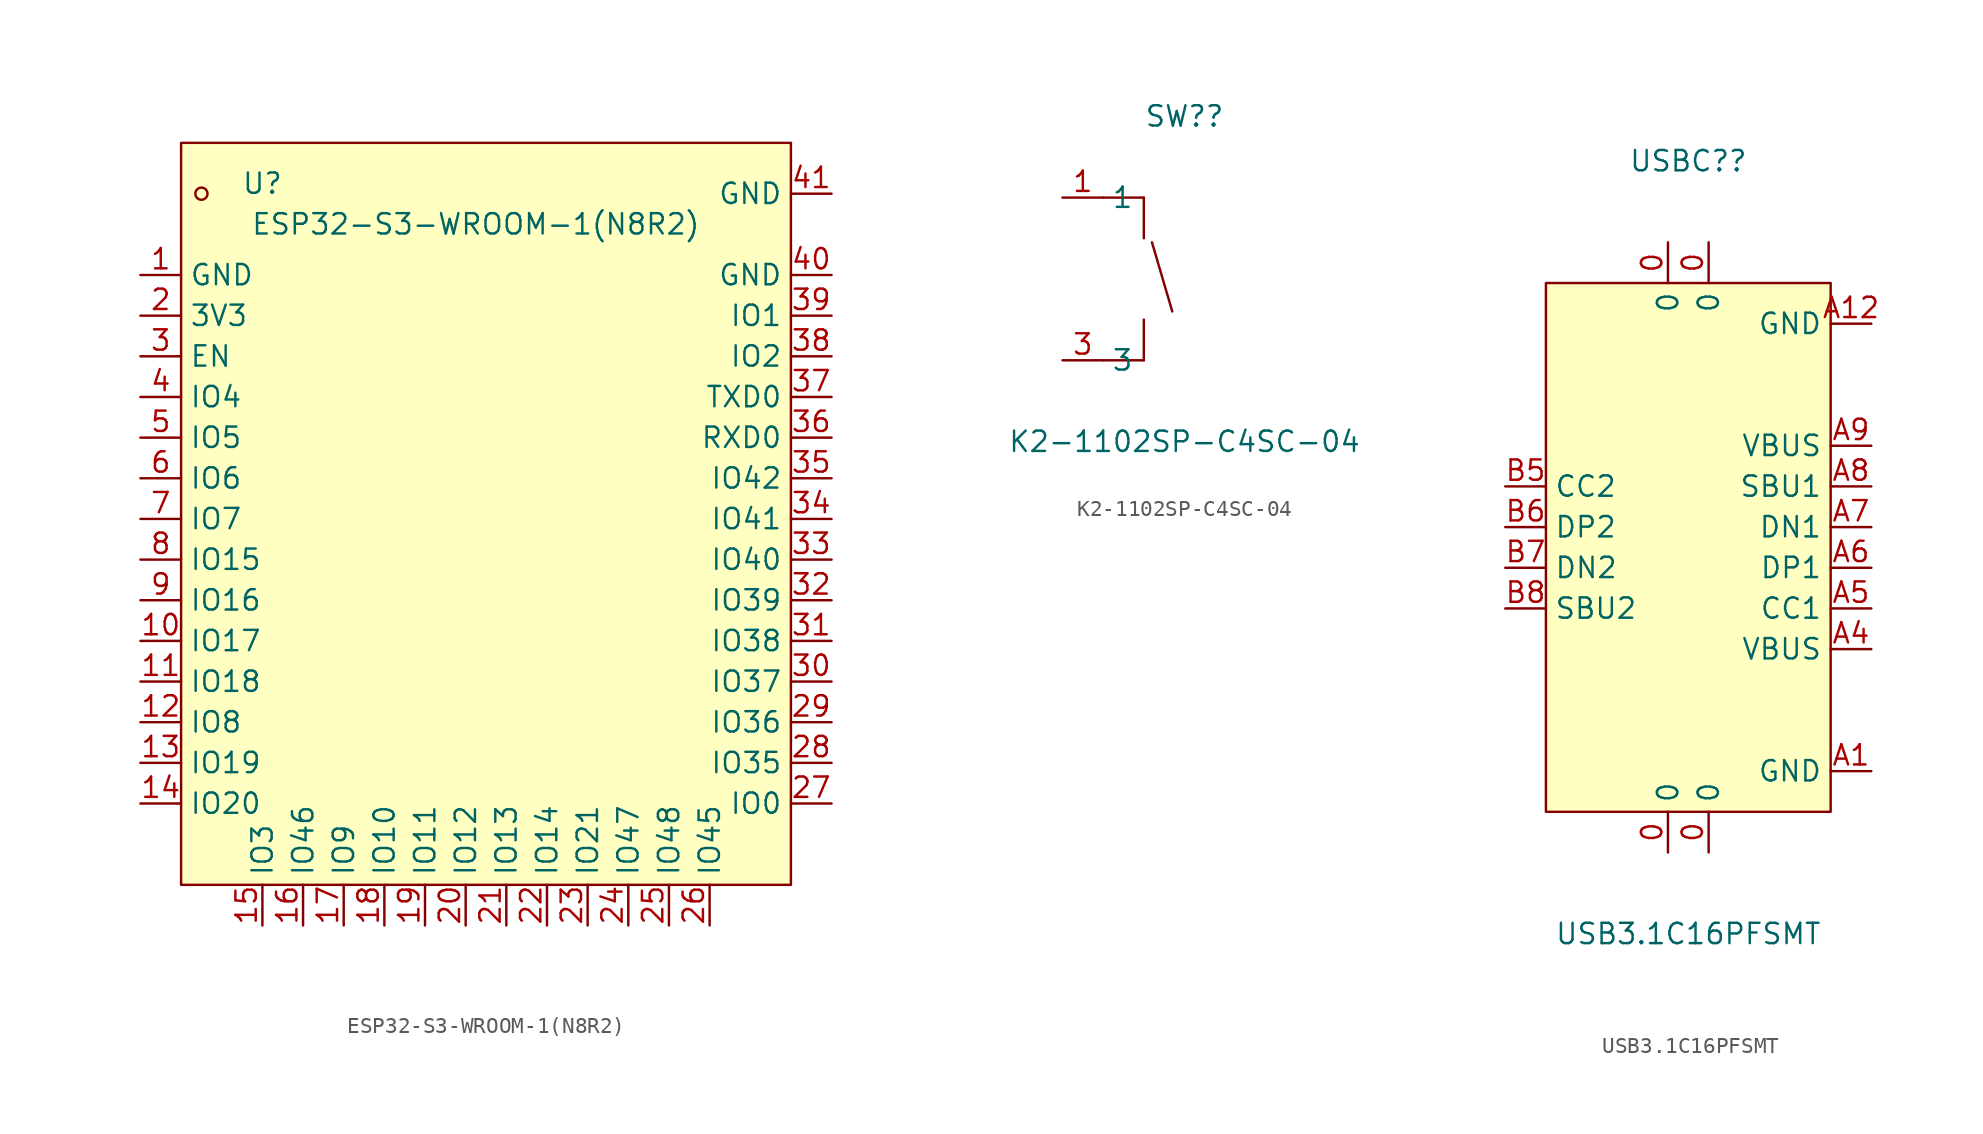
<source format=kicad_sym>
(kicad_symbol_lib
  (version 20220914)
  (generator kicad_symbol_editor)
  (symbol "ESP32-S3-WROOM-1(N8R2)"
    (property "Reference" "U"
      (at -15.24 15.875 0)
      (effects (font (size 1.27 1.27))))
    (property "Value" "ESP32-S3-WROOM-1(N8R2)"
      (at -1.905 13.335 0)
      (effects (font (size 1.27 1.27))))
    (symbol "ESP32-S3-WROOM-1(N8R2)_0_1"
      (rectangle (start -20.32 18.415) (end 17.78 -27.94) (stroke (width 0) (type default)) (fill (type background)))
      (circle (center -19.05 15.24) (radius 0.38) (stroke (width 0) (type default)) (fill (type none)))
      (pin unspecified line (at -22.86 10.16 0) (length 2.54) (name "GND" (effects (font (size 1.27 1.27)))) (number "1" (effects (font (size 1.27 1.27)))))
      (pin unspecified line (at -22.86 -12.7 0) (length 2.54) (name "IO17" (effects (font (size 1.27 1.27)))) (number "10" (effects (font (size 1.27 1.27)))))
      (pin unspecified line (at -22.86 -15.24 0) (length 2.54) (name "IO18" (effects (font (size 1.27 1.27)))) (number "11" (effects (font (size 1.27 1.27)))))
      (pin unspecified line (at -22.86 -17.78 0) (length 2.54) (name "IO8" (effects (font (size 1.27 1.27)))) (number "12" (effects (font (size 1.27 1.27)))))
      (pin unspecified line (at -22.86 -20.32 0) (length 2.54) (name "IO19" (effects (font (size 1.27 1.27)))) (number "13" (effects (font (size 1.27 1.27)))))
      (pin unspecified line (at -22.86 -22.86 0) (length 2.54) (name "IO20" (effects (font (size 1.27 1.27)))) (number "14" (effects (font (size 1.27 1.27)))))
      (pin unspecified line (at -15.24 -30.48 90) (length 2.54) (name "IO3" (effects (font (size 1.27 1.27)))) (number "15" (effects (font (size 1.27 1.27)))))
      (pin unspecified line (at -12.7 -30.48 90) (length 2.54) (name "IO46" (effects (font (size 1.27 1.27)))) (number "16" (effects (font (size 1.27 1.27)))))
      (pin unspecified line (at -10.16 -30.48 90) (length 2.54) (name "IO9" (effects (font (size 1.27 1.27)))) (number "17" (effects (font (size 1.27 1.27)))))
      (pin unspecified line (at -7.62 -30.48 90) (length 2.54) (name "IO10" (effects (font (size 1.27 1.27)))) (number "18" (effects (font (size 1.27 1.27)))))
      (pin unspecified line (at -5.08 -30.48 90) (length 2.54) (name "IO11" (effects (font (size 1.27 1.27)))) (number "19" (effects (font (size 1.27 1.27)))))
      (pin unspecified line (at -22.86 7.62 0) (length 2.54) (name "3V3" (effects (font (size 1.27 1.27)))) (number "2" (effects (font (size 1.27 1.27)))))
      (pin unspecified line (at -2.54 -30.48 90) (length 2.54) (name "IO12" (effects (font (size 1.27 1.27)))) (number "20" (effects (font (size 1.27 1.27)))))
      (pin unspecified line (at 0 -30.48 90) (length 2.54) (name "IO13" (effects (font (size 1.27 1.27)))) (number "21" (effects (font (size 1.27 1.27)))))
      (pin unspecified line (at 2.54 -30.48 90) (length 2.54) (name "IO14" (effects (font (size 1.27 1.27)))) (number "22" (effects (font (size 1.27 1.27)))))
      (pin unspecified line (at 5.08 -30.48 90) (length 2.54) (name "IO21" (effects (font (size 1.27 1.27)))) (number "23" (effects (font (size 1.27 1.27)))))
      (pin unspecified line (at 7.62 -30.48 90) (length 2.54) (name "IO47" (effects (font (size 1.27 1.27)))) (number "24" (effects (font (size 1.27 1.27)))))
      (pin unspecified line (at 10.16 -30.48 90) (length 2.54) (name "IO48" (effects (font (size 1.27 1.27)))) (number "25" (effects (font (size 1.27 1.27)))))
      (pin unspecified line (at 12.7 -30.48 90) (length 2.54) (name "IO45" (effects (font (size 1.27 1.27)))) (number "26" (effects (font (size 1.27 1.27)))))
      (pin unspecified line (at 20.32 -22.86 180) (length 2.54) (name "IO0" (effects (font (size 1.27 1.27)))) (number "27" (effects (font (size 1.27 1.27)))))
      (pin unspecified line (at 20.32 -20.32 180) (length 2.54) (name "IO35" (effects (font (size 1.27 1.27)))) (number "28" (effects (font (size 1.27 1.27)))))
      (pin unspecified line (at 20.32 -17.78 180) (length 2.54) (name "IO36" (effects (font (size 1.27 1.27)))) (number "29" (effects (font (size 1.27 1.27)))))
      (pin unspecified line (at -22.86 5.08 0) (length 2.54) (name "EN" (effects (font (size 1.27 1.27)))) (number "3" (effects (font (size 1.27 1.27)))))
      (pin unspecified line (at 20.32 -15.24 180) (length 2.54) (name "IO37" (effects (font (size 1.27 1.27)))) (number "30" (effects (font (size 1.27 1.27)))))
      (pin unspecified line (at 20.32 -12.7 180) (length 2.54) (name "IO38" (effects (font (size 1.27 1.27)))) (number "31" (effects (font (size 1.27 1.27)))))
      (pin unspecified line (at 20.32 -10.16 180) (length 2.54) (name "IO39" (effects (font (size 1.27 1.27)))) (number "32" (effects (font (size 1.27 1.27)))))
      (pin unspecified line (at 20.32 -7.62 180) (length 2.54) (name "IO40" (effects (font (size 1.27 1.27)))) (number "33" (effects (font (size 1.27 1.27)))))
      (pin unspecified line (at 20.32 -5.08 180) (length 2.54) (name "IO41" (effects (font (size 1.27 1.27)))) (number "34" (effects (font (size 1.27 1.27)))))
      (pin unspecified line (at 20.32 -2.54 180) (length 2.54) (name "IO42" (effects (font (size 1.27 1.27)))) (number "35" (effects (font (size 1.27 1.27)))))
      (pin unspecified line (at 20.32 0 180) (length 2.54) (name "RXD0" (effects (font (size 1.27 1.27)))) (number "36" (effects (font (size 1.27 1.27)))))
      (pin unspecified line (at 20.32 2.54 180) (length 2.54) (name "TXD0" (effects (font (size 1.27 1.27)))) (number "37" (effects (font (size 1.27 1.27)))))
      (pin unspecified line (at 20.32 5.08 180) (length 2.54) (name "IO2" (effects (font (size 1.27 1.27)))) (number "38" (effects (font (size 1.27 1.27)))))
      (pin unspecified line (at 20.32 7.62 180) (length 2.54) (name "IO1" (effects (font (size 1.27 1.27)))) (number "39" (effects (font (size 1.27 1.27)))))
      (pin unspecified line (at -22.86 2.54 0) (length 2.54) (name "IO4" (effects (font (size 1.27 1.27)))) (number "4" (effects (font (size 1.27 1.27)))))
      (pin unspecified line (at 20.32 10.16 180) (length 2.54) (name "GND" (effects (font (size 1.27 1.27)))) (number "40" (effects (font (size 1.27 1.27)))))
      (pin unspecified line (at 20.32 15.24 180) (length 2.54) (name "GND" (effects (font (size 1.27 1.27)))) (number "41" (effects (font (size 1.27 1.27)))))
      (pin unspecified line (at -22.86 0 0) (length 2.54) (name "IO5" (effects (font (size 1.27 1.27)))) (number "5" (effects (font (size 1.27 1.27)))))
      (pin unspecified line (at -22.86 -2.54 0) (length 2.54) (name "IO6" (effects (font (size 1.27 1.27)))) (number "6" (effects (font (size 1.27 1.27)))))
      (pin unspecified line (at -22.86 -5.08 0) (length 2.54) (name "IO7" (effects (font (size 1.27 1.27)))) (number "7" (effects (font (size 1.27 1.27)))))
      (pin unspecified line (at -22.86 -7.62 0) (length 2.54) (name "IO15" (effects (font (size 1.27 1.27)))) (number "8" (effects (font (size 1.27 1.27)))))
      (pin unspecified line (at -22.86 -10.16 0) (length 2.54) (name "IO16" (effects (font (size 1.27 1.27)))) (number "9" (effects (font (size 1.27 1.27)))))))
  (symbol "K2-1102SP-C4SC-04"
    (property "Reference" "SW?"
      (at 0 10.16 0)
      (effects (font (size 1.27 1.27))))
    (property "Value" "K2-1102SP-C4SC-04"
      (at 0 -10.16 0)
      (effects (font (size 1.27 1.27))))
    (symbol "K2-1102SP-C4SC-04_0_1"
      (polyline (pts (xy -5.08 -5.08) (xy -2.54 -5.08)) (stroke (width 0) (type default)) (fill (type none)))
      (polyline (pts (xy -5.08 5.08) (xy -2.54 5.08)) (stroke (width 0) (type default)) (fill (type none)))
      (polyline (pts (xy -2.54 -5.08) (xy -2.54 -2.54)) (stroke (width 0) (type default)) (fill (type none)))
      (polyline (pts (xy -2.54 5.08) (xy -2.54 2.54)) (stroke (width 0) (type default)) (fill (type none)))
      (polyline (pts (xy -2.032 2.286) (xy -0.762 -2.032)) (stroke (width 0) (type default)) (fill (type none)))
      (pin unspecified line (at -7.62 5.08 0) (length 2.54) (name "1" (effects (font (size 1.27 1.27)))) (number "1" (effects (font (size 1.27 1.27)))))
      (pin unspecified line (at -7.62 5.08 0) (length 2.54) hide (name "2" (effects (font (size 1.27 1.27)))) (number "2" (effects (font (size 1.27 1.27)))))
      (pin unspecified line (at -7.62 -5.08 0) (length 2.54) (name "3" (effects (font (size 1.27 1.27)))) (number "3" (effects (font (size 1.27 1.27)))))
      (pin unspecified line (at -7.62 -5.08 0) (length 2.54) hide (name "4" (effects (font (size 1.27 1.27)))) (number "4" (effects (font (size 1.27 1.27)))))))
  (symbol "USB3.1C16PFSMT"
    (property "Reference" "USBC?"
      (at 0 24.13 0)
      (effects (font (size 1.27 1.27))))
    (property "Value" "USB3.1C16PFSMT"
      (at 0 -24.13 0)
      (effects (font (size 1.27 1.27))))
    (symbol "USB3.1C16PFSMT_0_1"
      (rectangle (start -8.89 16.51) (end 8.89 -16.51) (stroke (width 0) (type default)) (fill (type background)))
      (pin unspecified line (at -1.27 -19.05 90) (length 2.54) (name "0" (effects (font (size 1.27 1.27)))) (number "0" (effects (font (size 1.27 1.27)))))
      (pin unspecified line (at -1.27 19.05 270) (length 2.54) (name "0" (effects (font (size 1.27 1.27)))) (number "0" (effects (font (size 1.27 1.27)))))
      (pin unspecified line (at 1.27 -19.05 90) (length 2.54) (name "0" (effects (font (size 1.27 1.27)))) (number "0" (effects (font (size 1.27 1.27)))))
      (pin unspecified line (at 1.27 19.05 270) (length 2.54) (name "0" (effects (font (size 1.27 1.27)))) (number "0" (effects (font (size 1.27 1.27)))))
      (pin unspecified line (at 11.43 -13.97 180) (length 2.54) (name "GND" (effects (font (size 1.27 1.27)))) (number "A1" (effects (font (size 1.27 1.27)))))
      (pin unspecified line (at 11.43 13.97 180) (length 2.54) (name "GND" (effects (font (size 1.27 1.27)))) (number "A12" (effects (font (size 1.27 1.27)))))
      (pin unspecified line (at 11.43 -6.35 180) (length 2.54) (name "VBUS" (effects (font (size 1.27 1.27)))) (number "A4" (effects (font (size 1.27 1.27)))))
      (pin unspecified line (at 11.43 -3.81 180) (length 2.54) (name "CC1" (effects (font (size 1.27 1.27)))) (number "A5" (effects (font (size 1.27 1.27)))))
      (pin unspecified line (at 11.43 -1.27 180) (length 2.54) (name "DP1" (effects (font (size 1.27 1.27)))) (number "A6" (effects (font (size 1.27 1.27)))))
      (pin unspecified line (at 11.43 1.27 180) (length 2.54) (name "DN1" (effects (font (size 1.27 1.27)))) (number "A7" (effects (font (size 1.27 1.27)))))
      (pin unspecified line (at 11.43 3.81 180) (length 2.54) (name "SBU1" (effects (font (size 1.27 1.27)))) (number "A8" (effects (font (size 1.27 1.27)))))
      (pin unspecified line (at 11.43 6.35 180) (length 2.54) (name "VBUS" (effects (font (size 1.27 1.27)))) (number "A9" (effects (font (size 1.27 1.27)))))
      (pin unspecified line (at -11.43 3.81 0) (length 2.54) (name "CC2" (effects (font (size 1.27 1.27)))) (number "B5" (effects (font (size 1.27 1.27)))))
      (pin unspecified line (at -11.43 1.27 0) (length 2.54) (name "DP2" (effects (font (size 1.27 1.27)))) (number "B6" (effects (font (size 1.27 1.27)))))
      (pin unspecified line (at -11.43 -1.27 0) (length 2.54) (name "DN2" (effects (font (size 1.27 1.27)))) (number "B7" (effects (font (size 1.27 1.27)))))
      (pin unspecified line (at -11.43 -3.81 0) (length 2.54) (name "SBU2" (effects (font (size 1.27 1.27)))) (number "B8" (effects (font (size 1.27 1.27))))))))
</source>
